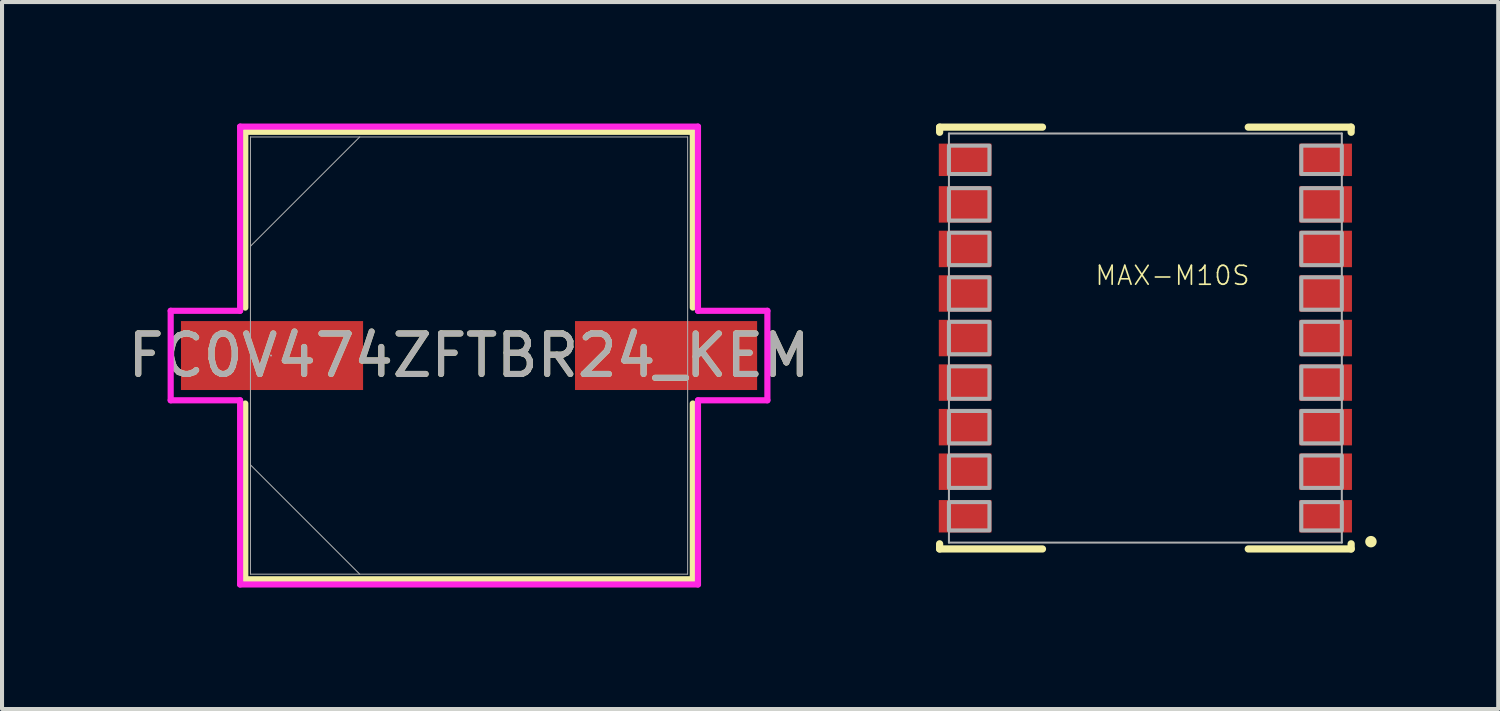
<source format=kicad_pcb>
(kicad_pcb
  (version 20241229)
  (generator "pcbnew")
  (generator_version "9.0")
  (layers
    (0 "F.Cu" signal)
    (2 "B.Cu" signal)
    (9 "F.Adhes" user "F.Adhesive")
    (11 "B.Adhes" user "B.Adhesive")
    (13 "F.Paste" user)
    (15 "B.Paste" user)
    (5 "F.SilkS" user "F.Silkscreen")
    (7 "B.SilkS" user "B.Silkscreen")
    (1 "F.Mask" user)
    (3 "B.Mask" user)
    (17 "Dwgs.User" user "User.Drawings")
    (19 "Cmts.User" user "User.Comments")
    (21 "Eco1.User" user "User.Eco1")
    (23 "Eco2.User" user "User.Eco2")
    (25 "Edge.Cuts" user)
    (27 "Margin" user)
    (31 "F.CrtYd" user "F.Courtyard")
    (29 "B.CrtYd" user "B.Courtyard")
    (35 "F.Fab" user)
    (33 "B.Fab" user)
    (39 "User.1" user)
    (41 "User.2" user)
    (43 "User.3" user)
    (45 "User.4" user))
  (footprint "MAX-M10S"
    (layer "F.Cu")
    (at 25.228 5.296)
    (property "Reference" "MAX-M10S" (at -1.27 -1.27 0) (unlocked yes) (layer "F.SilkS") (effects (font (size 0.467 0.467) (thickness 0.041)) (justify left bottom)))
    (fp_line (start -5.08 -5.207) (end -2.54 -5.207) (stroke (width 0.178) (type solid)) (layer "F.SilkS"))
    (fp_line (start -5.08 -5.08) (end -5.08 -5.207) (stroke (width 0.178) (type solid)) (layer "F.SilkS"))
    (fp_line (start -5.08 5.08) (end -5.08 5.207) (stroke (width 0.178) (type solid)) (layer "F.SilkS"))
    (fp_line (start -5.08 5.207) (end -2.54 5.207) (stroke (width 0.178) (type solid)) (layer "F.SilkS"))
    (fp_line (start 5.08 -5.207) (end 2.54 -5.207) (stroke (width 0.178) (type solid)) (layer "F.SilkS"))
    (fp_line (start 5.08 -5.08) (end 5.08 -5.207) (stroke (width 0.178) (type solid)) (layer "F.SilkS"))
    (fp_line (start 5.08 5.08) (end 5.08 5.207) (stroke (width 0.178) (type solid)) (layer "F.SilkS"))
    (fp_line (start 5.08 5.207) (end 2.54 5.207) (stroke (width 0.178) (type solid)) (layer "F.SilkS"))
    (fp_circle (center 5.569 5.027) (end 5.64 5.027) (stroke (width 0.141) (type solid)) (fill yes) (layer "F.SilkS"))
    (fp_line (start -4.85 -5.05) (end 4.85 -5.05) (stroke (width 0.05) (type solid)) (layer "F.Fab"))
    (fp_line (start -4.85 5.05) (end -4.85 -5.05) (stroke (width 0.05) (type solid)) (layer "F.Fab"))
    (fp_line (start 4.85 -5.05) (end 4.85 5.05) (stroke (width 0.05) (type solid)) (layer "F.Fab"))
    (fp_line (start 4.85 5.05) (end -4.85 5.05) (stroke (width 0.05) (type solid)) (layer "F.Fab"))
    (fp_poly (pts (xy -4.85 -4.05) (xy -3.85 -4.05) (xy -3.85 -4.75) (xy -4.85 -4.75)) (stroke (width 0.1) (type default)) (fill no) (layer "F.Fab"))
    (fp_poly (pts (xy -4.85 -2.9) (xy -3.85 -2.9) (xy -3.85 -3.7) (xy -4.85 -3.7)) (stroke (width 0.1) (type default)) (fill no) (layer "F.Fab"))
    (fp_poly (pts (xy -4.85 -1.8) (xy -3.85 -1.8) (xy -3.85 -2.6) (xy -4.85 -2.6)) (stroke (width 0.1) (type default)) (fill no) (layer "F.Fab"))
    (fp_poly (pts (xy -4.85 -0.7) (xy -3.85 -0.7) (xy -3.85 -1.5) (xy -4.85 -1.5)) (stroke (width 0.1) (type default)) (fill no) (layer "F.Fab"))
    (fp_poly (pts (xy -4.85 0.4) (xy -3.85 0.4) (xy -3.85 -0.4) (xy -4.85 -0.4)) (stroke (width 0.1) (type default)) (fill no) (layer "F.Fab"))
    (fp_poly (pts (xy -4.85 1.5) (xy -3.85 1.5) (xy -3.85 0.7) (xy -4.85 0.7)) (stroke (width 0.1) (type default)) (fill no) (layer "F.Fab"))
    (fp_poly (pts (xy -4.85 2.6) (xy -3.85 2.6) (xy -3.85 1.8) (xy -4.85 1.8)) (stroke (width 0.1) (type default)) (fill no) (layer "F.Fab"))
    (fp_poly (pts (xy -4.85 3.7) (xy -3.85 3.7) (xy -3.85 2.9) (xy -4.85 2.9)) (stroke (width 0.1) (type default)) (fill no) (layer "F.Fab"))
    (fp_poly (pts (xy -4.85 4.75) (xy -3.85 4.75) (xy -3.85 4.05) (xy -4.85 4.05)) (stroke (width 0.1) (type default)) (fill no) (layer "F.Fab"))
    (fp_poly (pts (xy 4.85 -4.75) (xy 3.85 -4.75) (xy 3.85 -4.05) (xy 4.85 -4.05)) (stroke (width 0.1) (type default)) (fill no) (layer "F.Fab"))
    (fp_poly (pts (xy 4.85 -3.7) (xy 3.85 -3.7) (xy 3.85 -2.9) (xy 4.85 -2.9)) (stroke (width 0.1) (type default)) (fill no) (layer "F.Fab"))
    (fp_poly (pts (xy 4.85 -2.6) (xy 3.85 -2.6) (xy 3.85 -1.8) (xy 4.85 -1.8)) (stroke (width 0.1) (type default)) (fill no) (layer "F.Fab"))
    (fp_poly (pts (xy 4.85 -1.5) (xy 3.85 -1.5) (xy 3.85 -0.7) (xy 4.85 -0.7)) (stroke (width 0.1) (type default)) (fill no) (layer "F.Fab"))
    (fp_poly (pts (xy 4.85 -0.4) (xy 3.85 -0.4) (xy 3.85 0.4) (xy 4.85 0.4)) (stroke (width 0.1) (type default)) (fill no) (layer "F.Fab"))
    (fp_poly (pts (xy 4.85 0.7) (xy 3.85 0.7) (xy 3.85 1.5) (xy 4.85 1.5)) (stroke (width 0.1) (type default)) (fill no) (layer "F.Fab"))
    (fp_poly (pts (xy 4.85 1.8) (xy 3.85 1.8) (xy 3.85 2.6) (xy 4.85 2.6)) (stroke (width 0.1) (type default)) (fill no) (layer "F.Fab"))
    (fp_poly (pts (xy 4.85 2.9) (xy 3.85 2.9) (xy 3.85 3.7) (xy 4.85 3.7)) (stroke (width 0.1) (type default)) (fill no) (layer "F.Fab"))
    (fp_poly (pts (xy 4.85 4.05) (xy 3.85 4.05) (xy 3.85 4.75) (xy 4.85 4.75)) (stroke (width 0.1) (type default)) (fill no) (layer "F.Fab"))
    (pad "1" smd rect (at 4.45 4.4 180) (size 1.3 0.8) (layers "F.Cu" "F.Mask" "F.Paste"))
    (pad "2" smd rect (at 4.45 3.3 180) (size 1.3 0.9) (layers "F.Cu" "F.Mask" "F.Paste"))
    (pad "3" smd rect (at 4.45 2.2 180) (size 1.3 0.9) (layers "F.Cu" "F.Mask" "F.Paste"))
    (pad "4" smd rect (at 4.45 1.1 180) (size 1.3 0.9) (layers "F.Cu" "F.Mask" "F.Paste"))
    (pad "5" smd rect (at 4.45 0 180) (size 1.3 0.9) (layers "F.Cu" "F.Mask" "F.Paste"))
    (pad "6" smd rect (at 4.45 -1.1 180) (size 1.3 0.9) (layers "F.Cu" "F.Mask" "F.Paste"))
    (pad "7" smd rect (at 4.45 -2.2 180) (size 1.3 0.9) (layers "F.Cu" "F.Mask" "F.Paste"))
    (pad "8" smd rect (at 4.45 -3.3 180) (size 1.3 0.9) (layers "F.Cu" "F.Mask" "F.Paste"))
    (pad "9" smd rect (at 4.45 -4.4 180) (size 1.3 0.8) (layers "F.Cu" "F.Mask" "F.Paste"))
    (pad "10" smd rect (at -4.45 -4.4) (size 1.3 0.8) (layers "F.Cu" "F.Mask" "F.Paste"))
    (pad "11" smd rect (at -4.45 -3.3) (size 1.3 0.9) (layers "F.Cu" "F.Mask" "F.Paste"))
    (pad "12" smd rect (at -4.45 -2.2) (size 1.3 0.9) (layers "F.Cu" "F.Mask" "F.Paste"))
    (pad "13" smd rect (at -4.45 -1.1) (size 1.3 0.9) (layers "F.Cu" "F.Mask" "F.Paste"))
    (pad "14" smd rect (at -4.45 0) (size 1.3 0.9) (layers "F.Cu" "F.Mask" "F.Paste"))
    (pad "15" smd rect (at -4.45 1.1) (size 1.3 0.9) (layers "F.Cu" "F.Mask" "F.Paste"))
    (pad "16" smd rect (at -4.45 2.2) (size 1.3 0.9) (layers "F.Cu" "F.Mask" "F.Paste"))
    (pad "17" smd rect (at -4.45 3.3) (size 1.3 0.9) (layers "F.Cu" "F.Mask" "F.Paste"))
    (pad "18" smd rect (at -4.45 4.4) (size 1.3 0.8) (layers "F.Cu" "F.Mask" "F.Paste")))
  (footprint "FC0V474ZFTBR24_KEM"
    (layer "F.Cu")
    (at 8.53 5.728)
    (property "Reference" "FC0V474ZFTBR24_KEM" (at 0 0 0) (unlocked yes) (layer "F.SilkS") (effects (font (size 1 1) (thickness 0.15))))
    (attr smd)
    (fp_line (start -5.524 -5.524) (end -5.524 -1.184) (stroke (width 0.152) (type solid)) (layer "F.SilkS"))
    (fp_line (start -5.524 1.184) (end -5.524 5.524) (stroke (width 0.152) (type solid)) (layer "F.SilkS"))
    (fp_line (start -5.524 5.524) (end 5.524 5.524) (stroke (width 0.152) (type solid)) (layer "F.SilkS"))
    (fp_line (start 5.524 -5.524) (end -5.524 -5.524) (stroke (width 0.152) (type solid)) (layer "F.SilkS"))
    (fp_line (start 5.524 -1.184) (end 5.524 -5.524) (stroke (width 0.152) (type solid)) (layer "F.SilkS"))
    (fp_line (start 5.524 5.524) (end 5.524 1.184) (stroke (width 0.152) (type solid)) (layer "F.SilkS"))
    (fp_line (start -7.366 -1.105) (end -5.652 -1.105) (stroke (width 0.152) (type solid)) (layer "F.CrtYd"))
    (fp_line (start -7.366 1.105) (end -7.366 -1.105) (stroke (width 0.152) (type solid)) (layer "F.CrtYd"))
    (fp_line (start -5.652 -5.652) (end 5.652 -5.652) (stroke (width 0.152) (type solid)) (layer "F.CrtYd"))
    (fp_line (start -5.652 -1.105) (end -5.652 -5.652) (stroke (width 0.152) (type solid)) (layer "F.CrtYd"))
    (fp_line (start -5.652 1.105) (end -7.366 1.105) (stroke (width 0.152) (type solid)) (layer "F.CrtYd"))
    (fp_line (start -5.652 5.652) (end -5.652 1.105) (stroke (width 0.152) (type solid)) (layer "F.CrtYd"))
    (fp_line (start 5.652 -5.652) (end 5.652 -1.105) (stroke (width 0.152) (type solid)) (layer "F.CrtYd"))
    (fp_line (start 5.652 -1.105) (end 7.366 -1.105) (stroke (width 0.152) (type solid)) (layer "F.CrtYd"))
    (fp_line (start 5.652 1.105) (end 5.652 5.652) (stroke (width 0.152) (type solid)) (layer "F.CrtYd"))
    (fp_line (start 5.652 5.652) (end -5.652 5.652) (stroke (width 0.152) (type solid)) (layer "F.CrtYd"))
    (fp_line (start 7.366 -1.105) (end 7.366 1.105) (stroke (width 0.152) (type solid)) (layer "F.CrtYd"))
    (fp_line (start 7.366 1.105) (end 5.652 1.105) (stroke (width 0.152) (type solid)) (layer "F.CrtYd"))
    (fp_line (start -5.397 -5.397) (end -5.397 5.397) (stroke (width 0.025) (type solid)) (layer "F.Fab"))
    (fp_line (start -5.397 -2.699) (end -2.699 -5.397) (stroke (width 0.025) (type solid)) (layer "F.Fab"))
    (fp_line (start -5.397 2.699) (end -2.699 5.397) (stroke (width 0.025) (type solid)) (layer "F.Fab"))
    (fp_line (start -5.397 5.397) (end 5.397 5.397) (stroke (width 0.025) (type solid)) (layer "F.Fab"))
    (fp_line (start 5.397 -5.397) (end -5.397 -5.397) (stroke (width 0.025) (type solid)) (layer "F.Fab"))
    (fp_line (start 5.397 5.397) (end 5.397 -5.397) (stroke (width 0.025) (type solid)) (layer "F.Fab"))
    (fp_circle (center -4.889 0) (end -4.889 0) (stroke (width 0.025) (type solid)) (fill no) (layer "F.Fab"))
    (fp_text user "${REFERENCE}" (at 0 0 0) (unlocked yes) (layer "F.Fab") (effects (font (size 1 1) (thickness 0.15))))
    (pad "1" smd rect (at -4.864 0) (size 4.496 1.702) (layers "F.Cu" "F.Mask" "F.Paste"))
    (pad "2" smd rect (at 4.864 0) (size 4.496 1.702) (layers "F.Cu" "F.Mask" "F.Paste"))
    (zone (net_name "") (layer "F.Cu") (hatch full 0.508) (connect_pads) (min_thickness 0.254) (filled_areas_thickness no) (keepout (tracks not_allowed) (vias not_allowed) (pads allowed) (copperpour not_allowed) (footprints allowed)) (placement (enabled no)) (fill) (polygon (pts (xy 3.183 0.381) (xy 13.876 0.381) (xy 13.876 4.826) (xy 3.183 4.826))))
    (zone (net_name "") (layer "F.Cu") (hatch full 0.508) (connect_pads) (min_thickness 0.254) (filled_areas_thickness no) (keepout (tracks not_allowed) (vias not_allowed) (pads allowed) (copperpour not_allowed) (footprints allowed)) (placement (enabled no)) (fill) (polygon (pts (xy 3.183 6.629) (xy 13.876 6.629) (xy 13.876 11.074) (xy 3.183 11.074))))
    (zone (net_name "") (layer "F.Cu") (hatch full 0.508) (connect_pads) (min_thickness 0.254) (filled_areas_thickness no) (keepout (tracks not_allowed) (vias not_allowed) (pads allowed) (copperpour not_allowed) (footprints allowed)) (placement (enabled no)) (fill) (polygon (pts (xy 5.964 4.826) (xy 11.095 4.826) (xy 11.095 6.629) (xy 5.964 6.629)))))
  (gr_rect
    (start -3 -3)
    (end 33.939 14.455)
    (stroke (width 0.1) (type default))
    (fill no)
    (layer "Edge.Cuts")))
</source>
